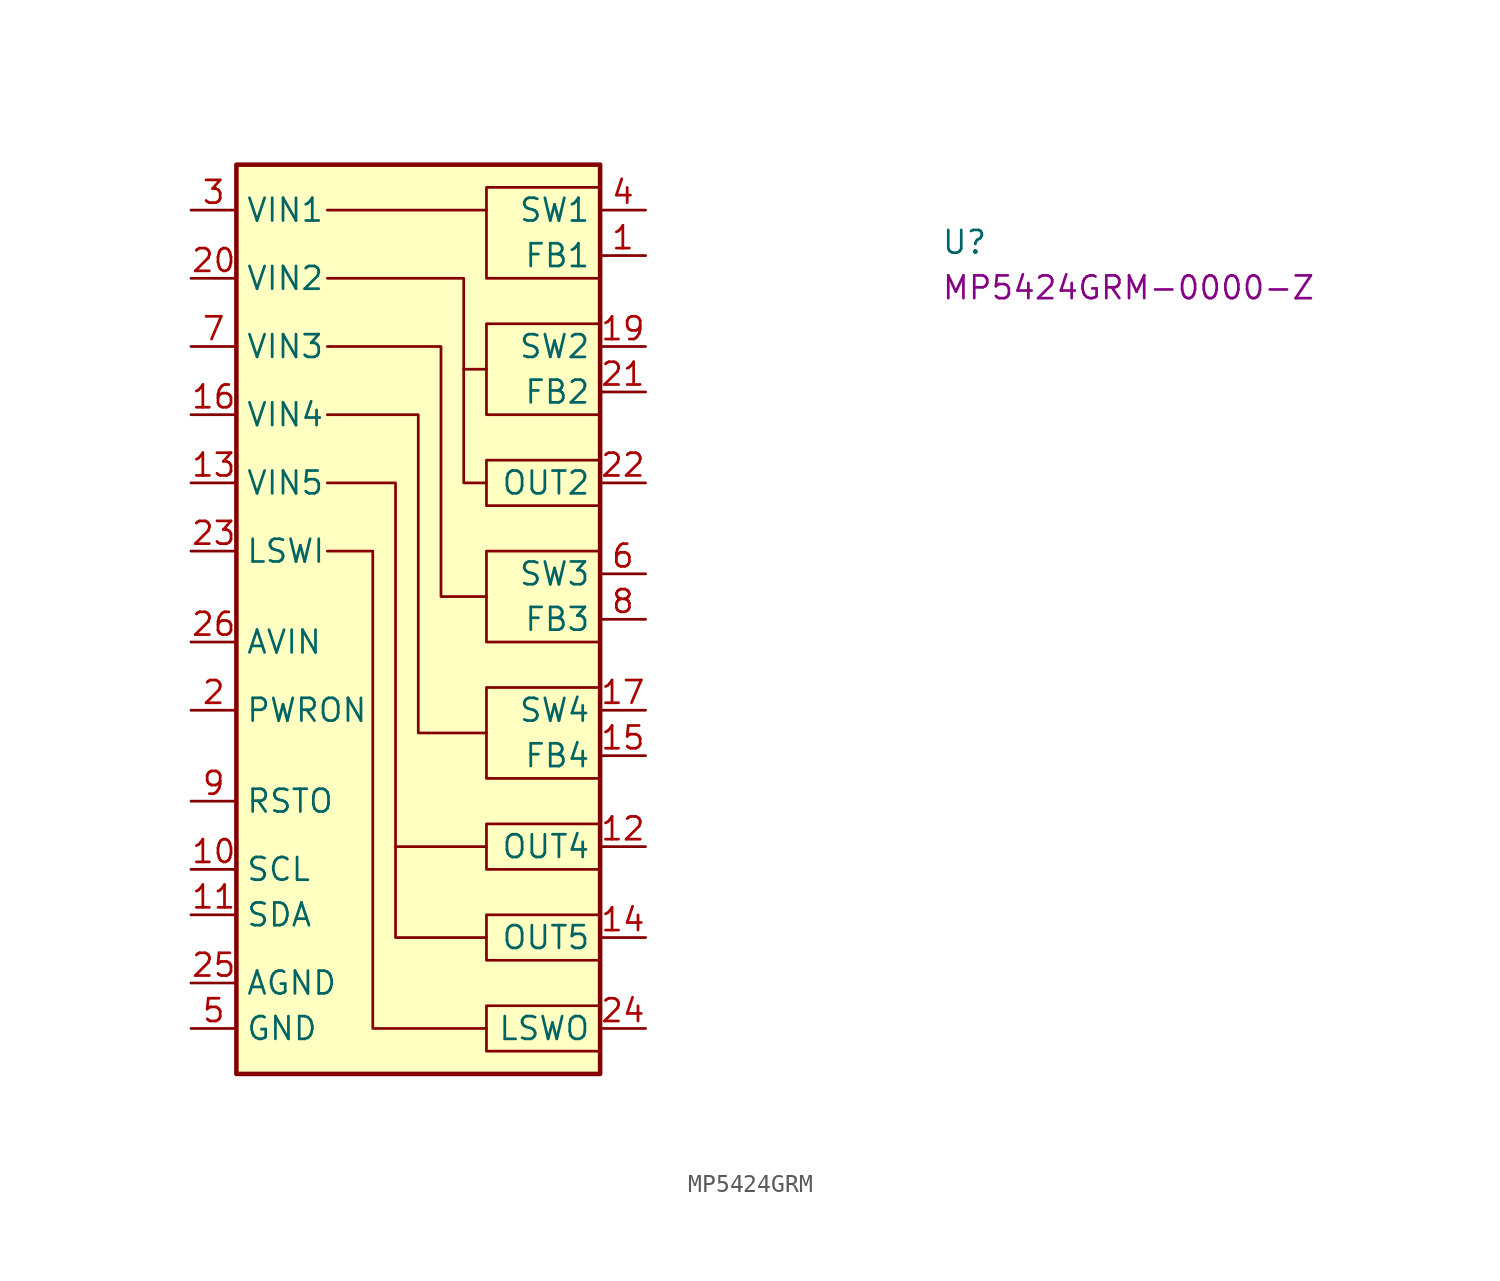
<source format=kicad_sym>
(kicad_symbol_lib
  (version 20220914)
  (generator kicad_symbol_editor)
  (symbol "MP5424GRM"
    (property "Reference" "U"
      (at 41.91 -2.54 0)
      (effects (font (size 1.27 1.27) (thickness 0.15)) (justify left bottom)))
    (property "MPN" "MP5424GRM-0000-Z"
      (at 41.91 -5.08 0)
      (effects (font (size 1.27 1.27) (thickness 0.15)) (justify left bottom)))
    (symbol "MP5424GRM_0_1"
      (polyline (pts (xy 16.51 -8.89) (xy 15.24 -8.89)) (stroke (width 0) (type default)) (fill (type none)))
      (polyline (pts (xy 16.51 0) (xy 7.62 0)) (stroke (width 0) (type default)) (fill (type none)))
      (polyline (pts (xy 16.51 -40.64) (xy 11.43 -40.64) (xy 11.43 -35.56)) (stroke (width 0) (type default)) (fill (type none)))
      (polyline (pts (xy 7.62 -19.05) (xy 10.16 -19.05) (xy 10.16 -45.72) (xy 16.51 -45.72)) (stroke (width 0) (type default)) (fill (type none)))
      (polyline (pts (xy 7.62 -15.24) (xy 11.43 -15.24) (xy 11.43 -35.56) (xy 16.51 -35.56)) (stroke (width 0) (type default)) (fill (type none)))
      (polyline (pts (xy 7.62 -11.43) (xy 12.7 -11.43) (xy 12.7 -29.21) (xy 16.51 -29.21)) (stroke (width 0) (type default)) (fill (type none)))
      (polyline (pts (xy 7.62 -3.81) (xy 15.24 -3.81) (xy 15.24 -15.24) (xy 16.51 -15.24)) (stroke (width 0) (type default)) (fill (type none)))
      (polyline (pts (xy 16.51 -21.59) (xy 13.97 -21.59) (xy 13.97 -7.62) (xy 7.62 -7.62)) (stroke (width 0) (type default)) (fill (type none)))
      (polyline (pts (xy 22.86 -44.45) (xy 16.51 -44.45) (xy 16.51 -46.99) (xy 22.86 -46.99)) (stroke (width 0) (type default)) (fill (type none)))
      (polyline (pts (xy 22.86 -39.37) (xy 16.51 -39.37) (xy 16.51 -41.91) (xy 22.86 -41.91)) (stroke (width 0) (type default)) (fill (type none)))
      (polyline (pts (xy 22.86 -34.29) (xy 16.51 -34.29) (xy 16.51 -36.83) (xy 22.86 -36.83)) (stroke (width 0) (type default)) (fill (type none)))
      (polyline (pts (xy 22.86 -26.67) (xy 16.51 -26.67) (xy 16.51 -31.75) (xy 22.86 -31.75)) (stroke (width 0) (type default)) (fill (type none)))
      (polyline (pts (xy 22.86 -19.05) (xy 16.51 -19.05) (xy 16.51 -24.13) (xy 22.86 -24.13)) (stroke (width 0) (type default)) (fill (type none)))
      (polyline (pts (xy 22.86 -13.97) (xy 16.51 -13.97) (xy 16.51 -16.51) (xy 22.86 -16.51)) (stroke (width 0) (type default)) (fill (type none)))
      (polyline (pts (xy 22.86 -11.43) (xy 16.51 -11.43) (xy 16.51 -6.35) (xy 22.86 -6.35)) (stroke (width 0) (type default)) (fill (type none)))
      (polyline (pts (xy 22.86 -3.81) (xy 16.51 -3.81) (xy 16.51 1.27) (xy 22.86 1.27)) (stroke (width 0) (type default)) (fill (type none))))
    (symbol "MP5424GRM_1_1"
      (rectangle (start 2.54 2.54) (end 22.86 -48.26) (stroke (width 0.254) (type default)) (fill (type background)))
      (pin input line (at 25.4 -2.54 180) (length 2.54) (name "FB1" (effects (font (size 1.27 1.27)))) (number "1" (effects (font (size 1.27 1.27)))))
      (pin input line (at 0 -36.83 0) (length 2.54) (name "SCL" (effects (font (size 1.27 1.27)))) (number "10" (effects (font (size 1.27 1.27)))))
      (pin bidirectional line (at 0 -39.37 0) (length 2.54) (name "SDA" (effects (font (size 1.27 1.27)))) (number "11" (effects (font (size 1.27 1.27)))))
      (pin power_out line (at 25.4 -35.56 180) (length 2.54) (name "OUT4" (effects (font (size 1.27 1.27)))) (number "12" (effects (font (size 1.27 1.27)))))
      (pin power_in line (at 0 -15.24 0) (length 2.54) (name "VIN5" (effects (font (size 1.27 1.27)))) (number "13" (effects (font (size 1.27 1.27)))))
      (pin power_out line (at 25.4 -40.64 180) (length 2.54) (name "OUT5" (effects (font (size 1.27 1.27)))) (number "14" (effects (font (size 1.27 1.27)))))
      (pin input line (at 25.4 -30.48 180) (length 2.54) (name "FB4" (effects (font (size 1.27 1.27)))) (number "15" (effects (font (size 1.27 1.27)))))
      (pin power_in line (at 0 -11.43 0) (length 2.54) (name "VIN4" (effects (font (size 1.27 1.27)))) (number "16" (effects (font (size 1.27 1.27)))))
      (pin power_out line (at 25.4 -27.94 180) (length 2.54) (name "SW4" (effects (font (size 1.27 1.27)))) (number "17" (effects (font (size 1.27 1.27)))))
      (pin passive line (at 0 -45.72 0) (length 2.54) hide (name "GND" (effects (font (size 1.27 1.27)))) (number "18" (effects (font (size 1.27 1.27)))))
      (pin power_out line (at 25.4 -7.62 180) (length 2.54) (name "SW2" (effects (font (size 1.27 1.27)))) (number "19" (effects (font (size 1.27 1.27)))))
      (pin input line (at 0 -27.94 0) (length 2.54) (name "PWRON" (effects (font (size 1.27 1.27)))) (number "2" (effects (font (size 1.27 1.27)))))
      (pin power_in line (at 0 -3.81 0) (length 2.54) (name "VIN2" (effects (font (size 1.27 1.27)))) (number "20" (effects (font (size 1.27 1.27)))))
      (pin input line (at 25.4 -10.16 180) (length 2.54) (name "FB2" (effects (font (size 1.27 1.27)))) (number "21" (effects (font (size 1.27 1.27)))))
      (pin power_out line (at 25.4 -15.24 180) (length 2.54) (name "OUT2" (effects (font (size 1.27 1.27)))) (number "22" (effects (font (size 1.27 1.27)))))
      (pin power_in line (at 0 -19.05 0) (length 2.54) (name "LSWI" (effects (font (size 1.27 1.27)))) (number "23" (effects (font (size 1.27 1.27)))))
      (pin power_out line (at 25.4 -45.72 180) (length 2.54) (name "LSWO" (effects (font (size 1.27 1.27)))) (number "24" (effects (font (size 1.27 1.27)))))
      (pin power_in line (at 0 -43.18 0) (length 2.54) (name "AGND" (effects (font (size 1.27 1.27)))) (number "25" (effects (font (size 1.27 1.27)))))
      (pin input line (at 0 -24.13 0) (length 2.54) (name "AVIN" (effects (font (size 1.27 1.27)))) (number "26" (effects (font (size 1.27 1.27)))))
      (pin power_in line (at 0 0 0) (length 2.54) (name "VIN1" (effects (font (size 1.27 1.27)))) (number "3" (effects (font (size 1.27 1.27)))))
      (pin power_out line (at 25.4 0 180) (length 2.54) (name "SW1" (effects (font (size 1.27 1.27)))) (number "4" (effects (font (size 1.27 1.27)))))
      (pin power_in line (at 0 -45.72 0) (length 2.54) (name "GND" (effects (font (size 1.27 1.27)))) (number "5" (effects (font (size 1.27 1.27)))))
      (pin power_out line (at 25.4 -20.32 180) (length 2.54) (name "SW3" (effects (font (size 1.27 1.27)))) (number "6" (effects (font (size 1.27 1.27)))))
      (pin power_in line (at 0 -7.62 0) (length 2.54) (name "VIN3" (effects (font (size 1.27 1.27)))) (number "7" (effects (font (size 1.27 1.27)))))
      (pin input line (at 25.4 -22.86 180) (length 2.54) (name "FB3" (effects (font (size 1.27 1.27)))) (number "8" (effects (font (size 1.27 1.27)))))
      (pin input line (at 0 -33.02 0) (length 2.54) (name "RSTO" (effects (font (size 1.27 1.27)))) (number "9" (effects (font (size 1.27 1.27))))))))
</source>
